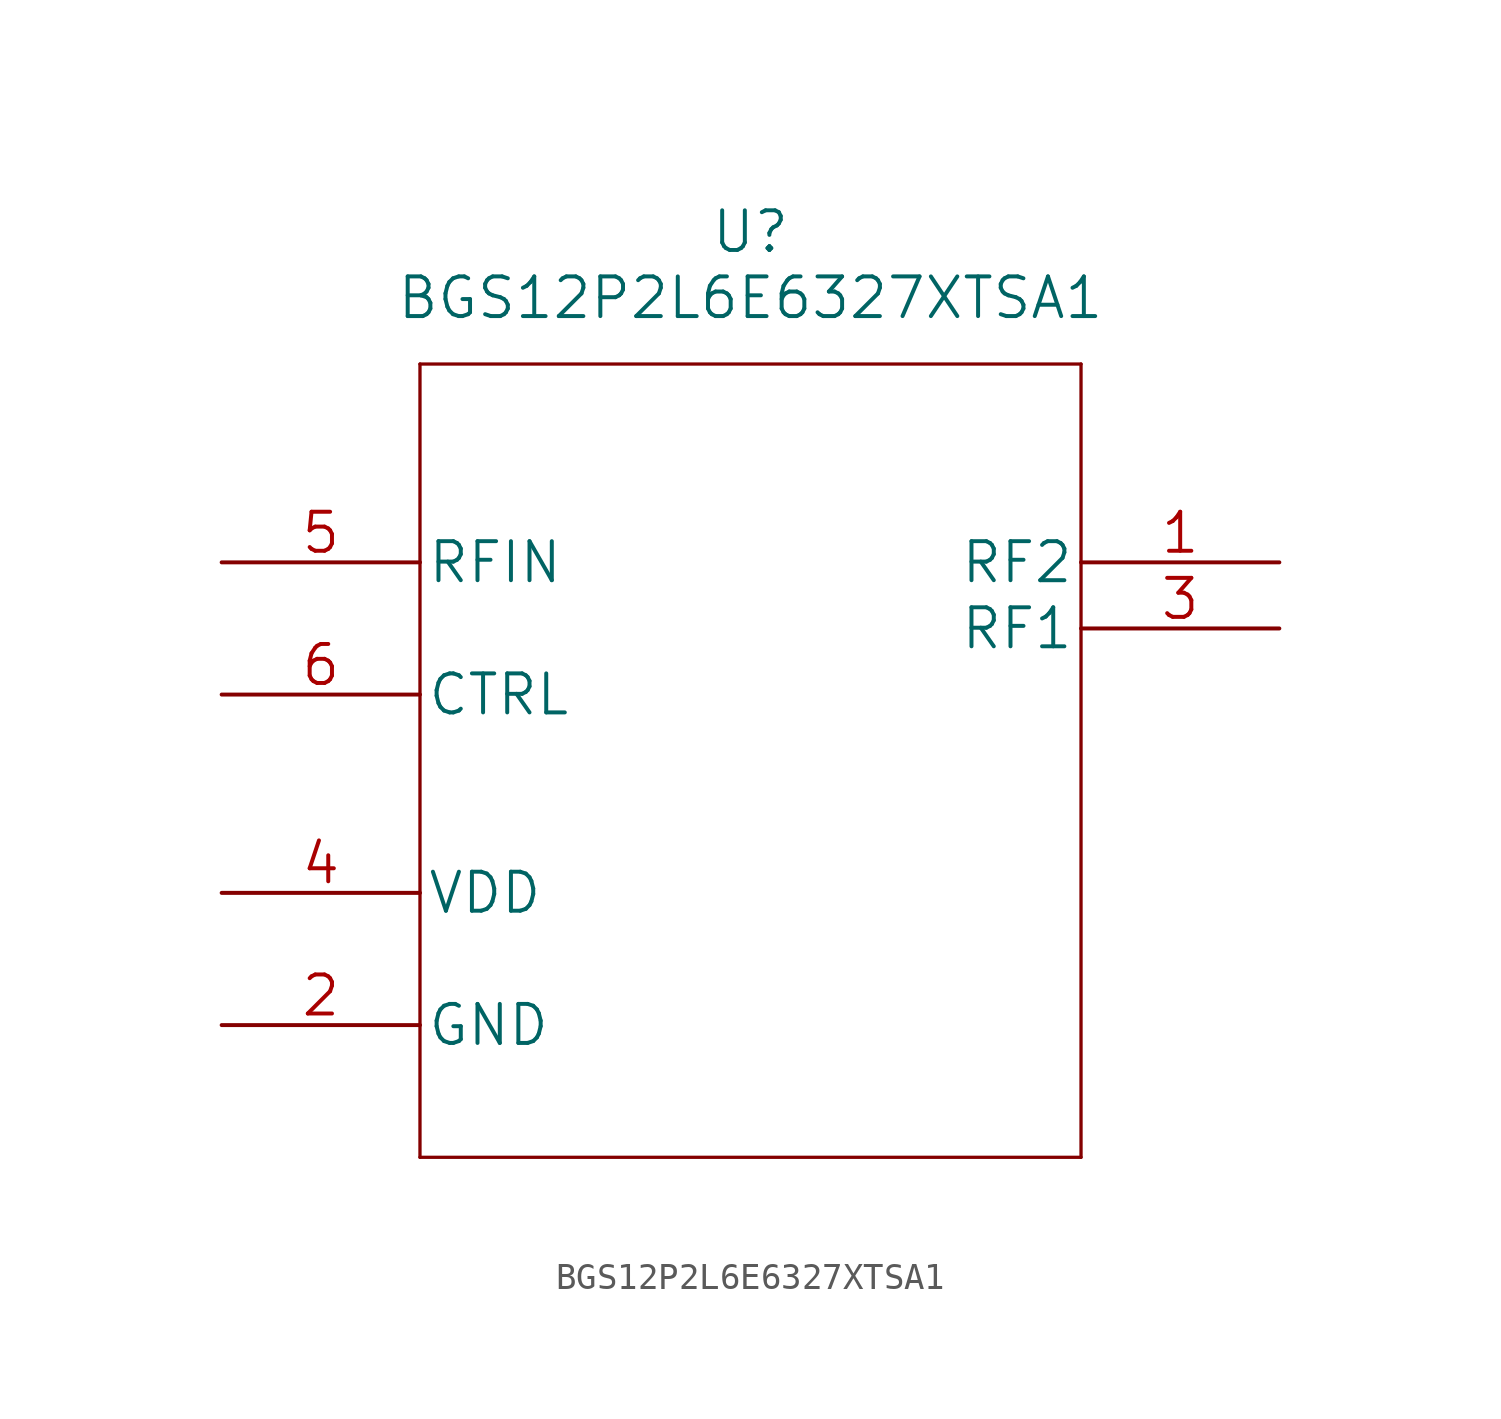
<source format=kicad_sym>
(kicad_symbol_lib
  (version 20211014)
  (generator kicad_symbol_editor)
  (symbol "BGS12P2L6E6327XTSA1"
    (pin_names
      (offset 0.254))
    (property "Reference" "U"
      (at 20.32 12.7 0)
      (effects (font (size 1.524 1.524))))
    (property "Value" "BGS12P2L6E6327XTSA1"
      (at 20.32 10.16 0)
      (effects (font (size 1.524 1.524))))
    (property "Datasheet" ""
      (at 0 0 0)
      (effects (font (size 1.524 1.524))))
    (symbol "BGS12P2L6E6327XTSA1_1_1"
      (polyline (pts (xy 7.62 -22.86) (xy 33.02 -22.86)) (stroke (width 0.127) (type default) (color 0 0 0 0)) (fill (type none)))
      (polyline (pts (xy 7.62 7.62) (xy 7.62 -22.86)) (stroke (width 0.127) (type default) (color 0 0 0 0)) (fill (type none)))
      (polyline (pts (xy 33.02 -22.86) (xy 33.02 7.62)) (stroke (width 0.127) (type default) (color 0 0 0 0)) (fill (type none)))
      (polyline (pts (xy 33.02 7.62) (xy 7.62 7.62)) (stroke (width 0.127) (type default) (color 0 0 0 0)) (fill (type none)))
      (pin unspecified line (at 40.64 0 180) (length 7.62) (name "RF2" (effects (font (size 1.499 1.499)))) (number "1" (effects (font (size 1.499 1.499)))))
      (pin power_in line (at 0 -17.78 0) (length 7.62) (name "GND" (effects (font (size 1.499 1.499)))) (number "2" (effects (font (size 1.499 1.499)))))
      (pin unspecified line (at 40.64 -2.54 180) (length 7.62) (name "RF1" (effects (font (size 1.499 1.499)))) (number "3" (effects (font (size 1.499 1.499)))))
      (pin power_in line (at 0 -12.7 0) (length 7.62) (name "VDD" (effects (font (size 1.499 1.499)))) (number "4" (effects (font (size 1.499 1.499)))))
      (pin input line (at 0 0 0) (length 7.62) (name "RFIN" (effects (font (size 1.499 1.499)))) (number "5" (effects (font (size 1.499 1.499)))))
      (pin unspecified line (at 0 -5.08 0) (length 7.62) (name "CTRL" (effects (font (size 1.499 1.499)))) (number "6" (effects (font (size 1.499 1.499))))))))
</source>
